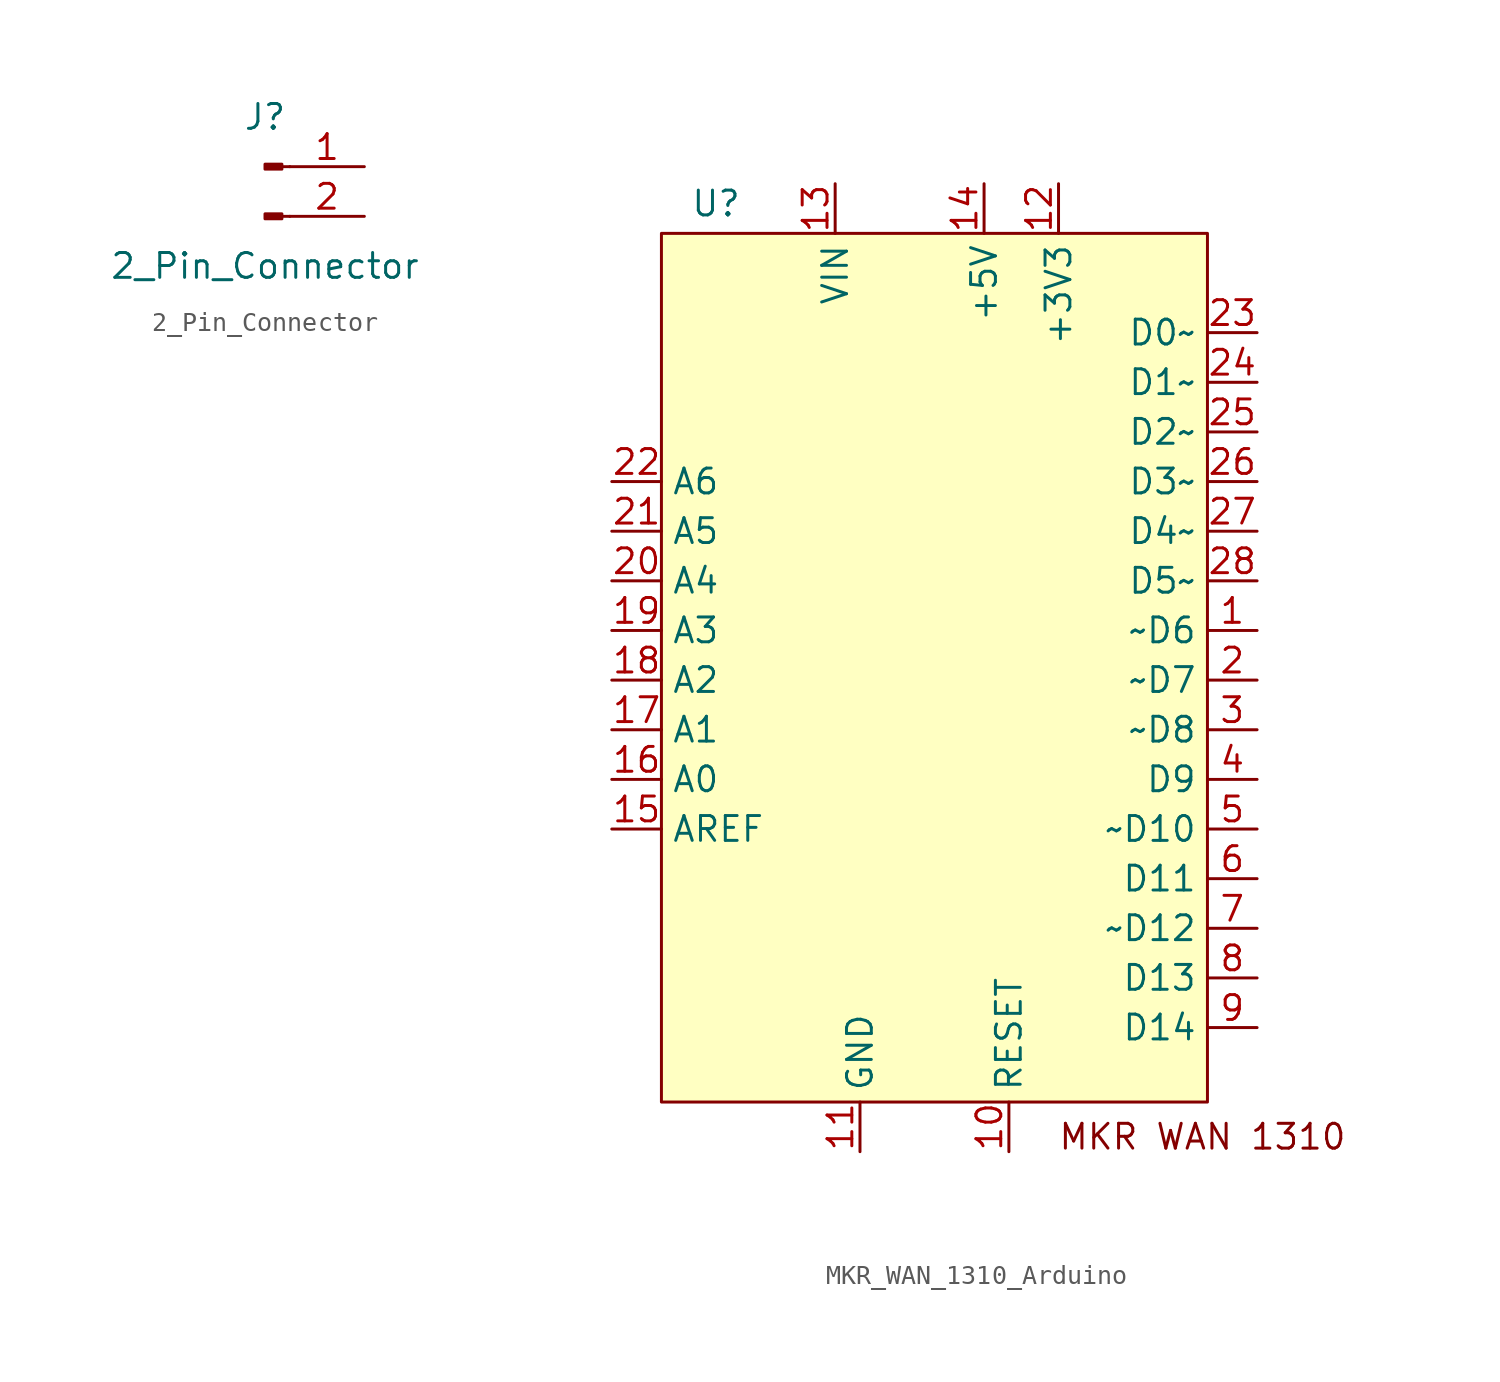
<source format=kicad_sym>
(kicad_symbol_lib
  (version 20231120)
  (generator "kicad_symbol_editor")
  (generator_version "8.0")
  (symbol "2_Pin_Connector"
    (pin_names
      (offset 1.016) hide)
    (property "Reference" "J"
      (at 0 2.54 0)
      (effects (font (size 1.27 1.27))))
    (property "Value" "2_Pin_Connector"
      (at 0 -5.08 0)
      (effects (font (size 1.27 1.27))))
    (property "ki_locked" ""
      (at 0 0 0)
      (effects (font (size 1.27 1.27))))
    (symbol "2_Pin_Connector_1_1"
      (polyline (pts (xy 1.27 -2.54) (xy 0.864 -2.54)) (stroke (width 0.152) (type default)) (fill (type none)))
      (polyline (pts (xy 1.27 0) (xy 0.864 0)) (stroke (width 0.152) (type default)) (fill (type none)))
      (rectangle (start 0.864 -2.413) (end 0 -2.667) (stroke (width 0.152) (type default)) (fill (type outline)))
      (rectangle (start 0.864 0.127) (end 0 -0.127) (stroke (width 0.152) (type default)) (fill (type outline)))
      (pin passive line (at 5.08 0 180) (length 3.81) (name "Pin_1" (effects (font (size 1.27 1.27)))) (number "1" (effects (font (size 1.27 1.27)))))
      (pin passive line (at 5.08 -2.54 180) (length 3.81) (name "Pin_2" (effects (font (size 1.27 1.27)))) (number "2" (effects (font (size 1.27 1.27)))))))
  (symbol "MKR_WAN_1310_Arduino"
    (property "Reference" "U"
      (at -11.176 1.524 0)
      (effects (font (size 1.27 1.27))))
    (property "Value" ""
      (at 1.905 -1.905 0)
      (effects (font (size 1.27 1.27))))
    (symbol "MKR_WAN_1310_Arduino_0_1"
      (rectangle (start -13.97 0) (end 13.97 -44.45) (stroke (width 0) (type default)) (fill (type background))))
    (symbol "MKR_WAN_1310_Arduino_1_1"
      (text "MKR WAN 1310" (at 13.716 -46.228 0) (effects (font (size 1.27 1.27))))
      (pin passive line (at 16.51 -20.32 180) (length 2.54) (name "~D6" (effects (font (size 1.27 1.27)))) (number "1" (effects (font (size 1.27 1.27)))))
      (pin passive line (at 3.81 -46.99 90) (length 2.54) (name "RESET" (effects (font (size 1.27 1.27)))) (number "10" (effects (font (size 1.27 1.27)))))
      (pin passive line (at -3.81 -46.99 90) (length 2.54) (name "GND" (effects (font (size 1.27 1.27)))) (number "11" (effects (font (size 1.27 1.27)))))
      (pin passive line (at 6.35 2.54 270) (length 2.54) (name "+3V3" (effects (font (size 1.27 1.27)))) (number "12" (effects (font (size 1.27 1.27)))))
      (pin passive line (at -5.08 2.54 270) (length 2.54) (name "VIN" (effects (font (size 1.27 1.27)))) (number "13" (effects (font (size 1.27 1.27)))))
      (pin passive line (at 2.54 2.54 270) (length 2.54) (name "+5V" (effects (font (size 1.27 1.27)))) (number "14" (effects (font (size 1.27 1.27)))))
      (pin passive line (at -16.51 -30.48 0) (length 2.54) (name "AREF" (effects (font (size 1.27 1.27)))) (number "15" (effects (font (size 1.27 1.27)))))
      (pin passive line (at -16.51 -27.94 0) (length 2.54) (name "A0" (effects (font (size 1.27 1.27)))) (number "16" (effects (font (size 1.27 1.27)))))
      (pin passive line (at -16.51 -25.4 0) (length 2.54) (name "A1" (effects (font (size 1.27 1.27)))) (number "17" (effects (font (size 1.27 1.27)))))
      (pin passive line (at -16.51 -22.86 0) (length 2.54) (name "A2" (effects (font (size 1.27 1.27)))) (number "18" (effects (font (size 1.27 1.27)))))
      (pin passive line (at -16.51 -20.32 0) (length 2.54) (name "A3" (effects (font (size 1.27 1.27)))) (number "19" (effects (font (size 1.27 1.27)))))
      (pin passive line (at 16.51 -22.86 180) (length 2.54) (name "~D7" (effects (font (size 1.27 1.27)))) (number "2" (effects (font (size 1.27 1.27)))))
      (pin passive line (at -16.51 -17.78 0) (length 2.54) (name "A4" (effects (font (size 1.27 1.27)))) (number "20" (effects (font (size 1.27 1.27)))))
      (pin passive line (at -16.51 -15.24 0) (length 2.54) (name "A5" (effects (font (size 1.27 1.27)))) (number "21" (effects (font (size 1.27 1.27)))))
      (pin passive line (at -16.51 -12.7 0) (length 2.54) (name "A6" (effects (font (size 1.27 1.27)))) (number "22" (effects (font (size 1.27 1.27)))))
      (pin passive line (at 16.51 -5.08 180) (length 2.54) (name "D0~" (effects (font (size 1.27 1.27)))) (number "23" (effects (font (size 1.27 1.27)))))
      (pin passive line (at 16.51 -7.62 180) (length 2.54) (name "D1~" (effects (font (size 1.27 1.27)))) (number "24" (effects (font (size 1.27 1.27)))))
      (pin passive line (at 16.51 -10.16 180) (length 2.54) (name "D2~" (effects (font (size 1.27 1.27)))) (number "25" (effects (font (size 1.27 1.27)))))
      (pin passive line (at 16.51 -12.7 180) (length 2.54) (name "D3~" (effects (font (size 1.27 1.27)))) (number "26" (effects (font (size 1.27 1.27)))))
      (pin passive line (at 16.51 -15.24 180) (length 2.54) (name "D4~" (effects (font (size 1.27 1.27)))) (number "27" (effects (font (size 1.27 1.27)))))
      (pin passive line (at 16.51 -17.78 180) (length 2.54) (name "D5~" (effects (font (size 1.27 1.27)))) (number "28" (effects (font (size 1.27 1.27)))))
      (pin passive line (at 16.51 -25.4 180) (length 2.54) (name "~D8" (effects (font (size 1.27 1.27)))) (number "3" (effects (font (size 1.27 1.27)))))
      (pin passive line (at 16.51 -27.94 180) (length 2.54) (name "D9" (effects (font (size 1.27 1.27)))) (number "4" (effects (font (size 1.27 1.27)))))
      (pin passive line (at 16.51 -30.48 180) (length 2.54) (name "~D10" (effects (font (size 1.27 1.27)))) (number "5" (effects (font (size 1.27 1.27)))))
      (pin passive line (at 16.51 -33.02 180) (length 2.54) (name "D11" (effects (font (size 1.27 1.27)))) (number "6" (effects (font (size 1.27 1.27)))))
      (pin passive line (at 16.51 -35.56 180) (length 2.54) (name "~D12" (effects (font (size 1.27 1.27)))) (number "7" (effects (font (size 1.27 1.27)))))
      (pin passive line (at 16.51 -38.1 180) (length 2.54) (name "D13" (effects (font (size 1.27 1.27)))) (number "8" (effects (font (size 1.27 1.27)))))
      (pin passive line (at 16.51 -40.64 180) (length 2.54) (name "D14" (effects (font (size 1.27 1.27)))) (number "9" (effects (font (size 1.27 1.27))))))))
</source>
